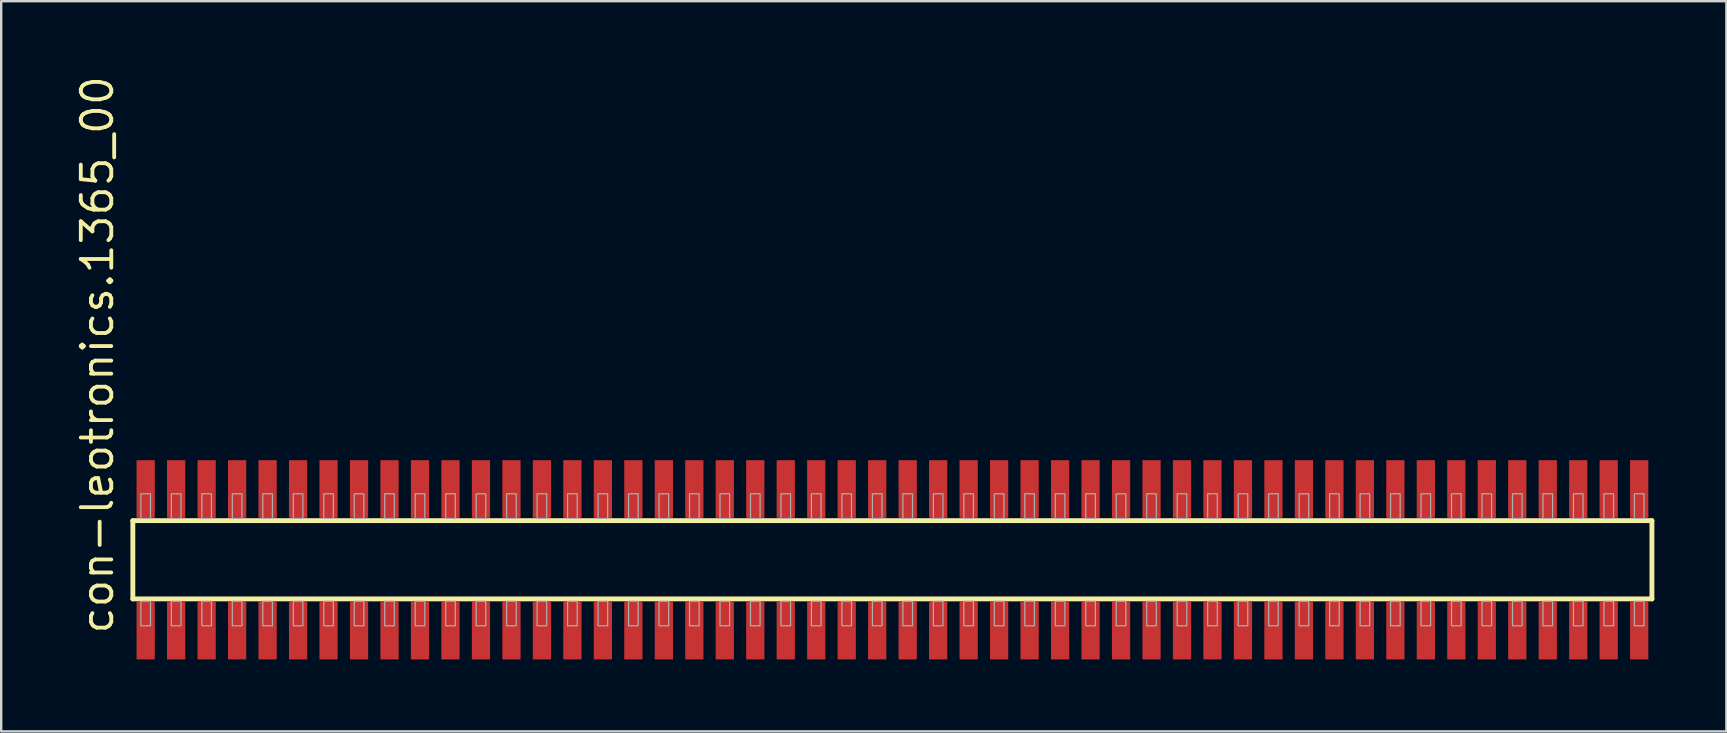
<source format=kicad_pcb>
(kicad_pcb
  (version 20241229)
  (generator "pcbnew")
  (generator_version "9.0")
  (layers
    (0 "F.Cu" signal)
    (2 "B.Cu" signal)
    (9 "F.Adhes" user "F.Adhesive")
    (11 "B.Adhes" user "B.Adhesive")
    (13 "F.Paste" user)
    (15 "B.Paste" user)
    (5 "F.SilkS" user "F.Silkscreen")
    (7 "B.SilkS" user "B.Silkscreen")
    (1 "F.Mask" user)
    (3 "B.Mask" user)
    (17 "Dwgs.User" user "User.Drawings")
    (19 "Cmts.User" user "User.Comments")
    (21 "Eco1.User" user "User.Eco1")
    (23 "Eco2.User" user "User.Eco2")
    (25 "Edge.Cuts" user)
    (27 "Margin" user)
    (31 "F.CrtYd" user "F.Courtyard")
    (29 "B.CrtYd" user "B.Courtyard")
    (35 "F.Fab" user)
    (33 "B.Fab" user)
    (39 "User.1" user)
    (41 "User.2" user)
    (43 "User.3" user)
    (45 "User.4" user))
  (footprint "con-leotronics.1365_00"
    (layer "F.Cu")
    (at 34.135 20.274)
    (property "Reference" "con-leotronics.1365_00" (at -32.385 3.175 90) (layer "F.SilkS") (effects (font (size 1.27 1.27) (thickness 0.16)) (justify left bottom)))
    (attr smd)
    (fp_line (start -31.65 -1.63) (end 31.645 -1.63) (stroke (width 0.203) (type default)) (layer "F.SilkS"))
    (fp_line (start -31.65 1.63) (end -31.65 -1.63) (stroke (width 0.203) (type default)) (layer "F.SilkS"))
    (fp_line (start 31.645 -1.63) (end 31.645 1.63) (stroke (width 0.203) (type default)) (layer "F.SilkS"))
    (fp_line (start 31.645 1.63) (end -31.65 1.63) (stroke (width 0.203) (type default)) (layer "F.SilkS"))
    (fp_rect (start -31.315 -1.725) (end -30.915 -2.75) (stroke (width 0.05) (type default)) (fill no) (layer "F.Fab"))
    (fp_rect (start -31.315 2.75) (end -30.915 1.725) (stroke (width 0.05) (type default)) (fill no) (layer "F.Fab"))
    (fp_rect (start -30.045 -1.725) (end -29.645 -2.75) (stroke (width 0.05) (type default)) (fill no) (layer "F.Fab"))
    (fp_rect (start -30.045 2.75) (end -29.645 1.725) (stroke (width 0.05) (type default)) (fill no) (layer "F.Fab"))
    (fp_rect (start -28.775 -1.725) (end -28.375 -2.75) (stroke (width 0.05) (type default)) (fill no) (layer "F.Fab"))
    (fp_rect (start -28.775 2.75) (end -28.375 1.725) (stroke (width 0.05) (type default)) (fill no) (layer "F.Fab"))
    (fp_rect (start -27.505 -1.725) (end -27.105 -2.75) (stroke (width 0.05) (type default)) (fill no) (layer "F.Fab"))
    (fp_rect (start -27.505 2.75) (end -27.105 1.725) (stroke (width 0.05) (type default)) (fill no) (layer "F.Fab"))
    (fp_rect (start -26.235 -1.725) (end -25.835 -2.75) (stroke (width 0.05) (type default)) (fill no) (layer "F.Fab"))
    (fp_rect (start -26.235 2.75) (end -25.835 1.725) (stroke (width 0.05) (type default)) (fill no) (layer "F.Fab"))
    (fp_rect (start -24.965 -1.725) (end -24.565 -2.75) (stroke (width 0.05) (type default)) (fill no) (layer "F.Fab"))
    (fp_rect (start -24.965 2.75) (end -24.565 1.725) (stroke (width 0.05) (type default)) (fill no) (layer "F.Fab"))
    (fp_rect (start -23.695 -1.725) (end -23.295 -2.75) (stroke (width 0.05) (type default)) (fill no) (layer "F.Fab"))
    (fp_rect (start -23.695 2.75) (end -23.295 1.725) (stroke (width 0.05) (type default)) (fill no) (layer "F.Fab"))
    (fp_rect (start -22.425 -1.725) (end -22.025 -2.75) (stroke (width 0.05) (type default)) (fill no) (layer "F.Fab"))
    (fp_rect (start -22.425 2.75) (end -22.025 1.725) (stroke (width 0.05) (type default)) (fill no) (layer "F.Fab"))
    (fp_rect (start -21.155 -1.725) (end -20.755 -2.75) (stroke (width 0.05) (type default)) (fill no) (layer "F.Fab"))
    (fp_rect (start -21.155 2.75) (end -20.755 1.725) (stroke (width 0.05) (type default)) (fill no) (layer "F.Fab"))
    (fp_rect (start -19.885 -1.725) (end -19.485 -2.75) (stroke (width 0.05) (type default)) (fill no) (layer "F.Fab"))
    (fp_rect (start -19.885 2.75) (end -19.485 1.725) (stroke (width 0.05) (type default)) (fill no) (layer "F.Fab"))
    (fp_rect (start -18.615 -1.725) (end -18.215 -2.75) (stroke (width 0.05) (type default)) (fill no) (layer "F.Fab"))
    (fp_rect (start -18.615 2.75) (end -18.215 1.725) (stroke (width 0.05) (type default)) (fill no) (layer "F.Fab"))
    (fp_rect (start -17.345 -1.725) (end -16.945 -2.75) (stroke (width 0.05) (type default)) (fill no) (layer "F.Fab"))
    (fp_rect (start -17.345 2.75) (end -16.945 1.725) (stroke (width 0.05) (type default)) (fill no) (layer "F.Fab"))
    (fp_rect (start -16.075 -1.725) (end -15.675 -2.75) (stroke (width 0.05) (type default)) (fill no) (layer "F.Fab"))
    (fp_rect (start -16.075 2.75) (end -15.675 1.725) (stroke (width 0.05) (type default)) (fill no) (layer "F.Fab"))
    (fp_rect (start -14.805 -1.725) (end -14.405 -2.75) (stroke (width 0.05) (type default)) (fill no) (layer "F.Fab"))
    (fp_rect (start -14.805 2.75) (end -14.405 1.725) (stroke (width 0.05) (type default)) (fill no) (layer "F.Fab"))
    (fp_rect (start -13.535 -1.725) (end -13.135 -2.75) (stroke (width 0.05) (type default)) (fill no) (layer "F.Fab"))
    (fp_rect (start -13.535 2.75) (end -13.135 1.725) (stroke (width 0.05) (type default)) (fill no) (layer "F.Fab"))
    (fp_rect (start -12.265 -1.725) (end -11.865 -2.75) (stroke (width 0.05) (type default)) (fill no) (layer "F.Fab"))
    (fp_rect (start -12.265 2.75) (end -11.865 1.725) (stroke (width 0.05) (type default)) (fill no) (layer "F.Fab"))
    (fp_rect (start -10.995 -1.725) (end -10.595 -2.75) (stroke (width 0.05) (type default)) (fill no) (layer "F.Fab"))
    (fp_rect (start -10.995 2.75) (end -10.595 1.725) (stroke (width 0.05) (type default)) (fill no) (layer "F.Fab"))
    (fp_rect (start -9.725 -1.725) (end -9.325 -2.75) (stroke (width 0.05) (type default)) (fill no) (layer "F.Fab"))
    (fp_rect (start -9.725 2.75) (end -9.325 1.725) (stroke (width 0.05) (type default)) (fill no) (layer "F.Fab"))
    (fp_rect (start -8.455 -1.725) (end -8.055 -2.75) (stroke (width 0.05) (type default)) (fill no) (layer "F.Fab"))
    (fp_rect (start -8.455 2.75) (end -8.055 1.725) (stroke (width 0.05) (type default)) (fill no) (layer "F.Fab"))
    (fp_rect (start -7.185 -1.725) (end -6.785 -2.75) (stroke (width 0.05) (type default)) (fill no) (layer "F.Fab"))
    (fp_rect (start -7.185 2.75) (end -6.785 1.725) (stroke (width 0.05) (type default)) (fill no) (layer "F.Fab"))
    (fp_rect (start -5.915 -1.725) (end -5.515 -2.75) (stroke (width 0.05) (type default)) (fill no) (layer "F.Fab"))
    (fp_rect (start -5.915 2.75) (end -5.515 1.725) (stroke (width 0.05) (type default)) (fill no) (layer "F.Fab"))
    (fp_rect (start -4.645 -1.725) (end -4.245 -2.75) (stroke (width 0.05) (type default)) (fill no) (layer "F.Fab"))
    (fp_rect (start -4.645 2.75) (end -4.245 1.725) (stroke (width 0.05) (type default)) (fill no) (layer "F.Fab"))
    (fp_rect (start -3.375 -1.725) (end -2.975 -2.75) (stroke (width 0.05) (type default)) (fill no) (layer "F.Fab"))
    (fp_rect (start -3.375 2.75) (end -2.975 1.725) (stroke (width 0.05) (type default)) (fill no) (layer "F.Fab"))
    (fp_rect (start -2.105 -1.725) (end -1.705 -2.75) (stroke (width 0.05) (type default)) (fill no) (layer "F.Fab"))
    (fp_rect (start -2.105 2.75) (end -1.705 1.725) (stroke (width 0.05) (type default)) (fill no) (layer "F.Fab"))
    (fp_rect (start -0.835 -1.725) (end -0.435 -2.75) (stroke (width 0.05) (type default)) (fill no) (layer "F.Fab"))
    (fp_rect (start -0.835 2.75) (end -0.435 1.725) (stroke (width 0.05) (type default)) (fill no) (layer "F.Fab"))
    (fp_rect (start 0.435 -1.725) (end 0.835 -2.75) (stroke (width 0.05) (type default)) (fill no) (layer "F.Fab"))
    (fp_rect (start 0.435 2.75) (end 0.835 1.725) (stroke (width 0.05) (type default)) (fill no) (layer "F.Fab"))
    (fp_rect (start 1.705 -1.725) (end 2.105 -2.75) (stroke (width 0.05) (type default)) (fill no) (layer "F.Fab"))
    (fp_rect (start 1.705 2.75) (end 2.105 1.725) (stroke (width 0.05) (type default)) (fill no) (layer "F.Fab"))
    (fp_rect (start 2.975 -1.725) (end 3.375 -2.75) (stroke (width 0.05) (type default)) (fill no) (layer "F.Fab"))
    (fp_rect (start 2.975 2.75) (end 3.375 1.725) (stroke (width 0.05) (type default)) (fill no) (layer "F.Fab"))
    (fp_rect (start 4.245 -1.725) (end 4.645 -2.75) (stroke (width 0.05) (type default)) (fill no) (layer "F.Fab"))
    (fp_rect (start 4.245 2.75) (end 4.645 1.725) (stroke (width 0.05) (type default)) (fill no) (layer "F.Fab"))
    (fp_rect (start 5.515 -1.725) (end 5.915 -2.75) (stroke (width 0.05) (type default)) (fill no) (layer "F.Fab"))
    (fp_rect (start 5.515 2.75) (end 5.915 1.725) (stroke (width 0.05) (type default)) (fill no) (layer "F.Fab"))
    (fp_rect (start 6.785 -1.725) (end 7.185 -2.75) (stroke (width 0.05) (type default)) (fill no) (layer "F.Fab"))
    (fp_rect (start 6.785 2.75) (end 7.185 1.725) (stroke (width 0.05) (type default)) (fill no) (layer "F.Fab"))
    (fp_rect (start 8.055 -1.725) (end 8.455 -2.75) (stroke (width 0.05) (type default)) (fill no) (layer "F.Fab"))
    (fp_rect (start 8.055 2.75) (end 8.455 1.725) (stroke (width 0.05) (type default)) (fill no) (layer "F.Fab"))
    (fp_rect (start 9.325 -1.725) (end 9.725 -2.75) (stroke (width 0.05) (type default)) (fill no) (layer "F.Fab"))
    (fp_rect (start 9.325 2.75) (end 9.725 1.725) (stroke (width 0.05) (type default)) (fill no) (layer "F.Fab"))
    (fp_rect (start 10.595 -1.725) (end 10.995 -2.75) (stroke (width 0.05) (type default)) (fill no) (layer "F.Fab"))
    (fp_rect (start 10.595 2.75) (end 10.995 1.725) (stroke (width 0.05) (type default)) (fill no) (layer "F.Fab"))
    (fp_rect (start 11.865 -1.725) (end 12.265 -2.75) (stroke (width 0.05) (type default)) (fill no) (layer "F.Fab"))
    (fp_rect (start 11.865 2.75) (end 12.265 1.725) (stroke (width 0.05) (type default)) (fill no) (layer "F.Fab"))
    (fp_rect (start 13.135 -1.725) (end 13.535 -2.75) (stroke (width 0.05) (type default)) (fill no) (layer "F.Fab"))
    (fp_rect (start 13.135 2.75) (end 13.535 1.725) (stroke (width 0.05) (type default)) (fill no) (layer "F.Fab"))
    (fp_rect (start 14.405 -1.725) (end 14.805 -2.75) (stroke (width 0.05) (type default)) (fill no) (layer "F.Fab"))
    (fp_rect (start 14.405 2.75) (end 14.805 1.725) (stroke (width 0.05) (type default)) (fill no) (layer "F.Fab"))
    (fp_rect (start 15.675 -1.725) (end 16.075 -2.75) (stroke (width 0.05) (type default)) (fill no) (layer "F.Fab"))
    (fp_rect (start 15.675 2.75) (end 16.075 1.725) (stroke (width 0.05) (type default)) (fill no) (layer "F.Fab"))
    (fp_rect (start 16.945 -1.725) (end 17.345 -2.75) (stroke (width 0.05) (type default)) (fill no) (layer "F.Fab"))
    (fp_rect (start 16.945 2.75) (end 17.345 1.725) (stroke (width 0.05) (type default)) (fill no) (layer "F.Fab"))
    (fp_rect (start 18.215 -1.725) (end 18.615 -2.75) (stroke (width 0.05) (type default)) (fill no) (layer "F.Fab"))
    (fp_rect (start 18.215 2.75) (end 18.615 1.725) (stroke (width 0.05) (type default)) (fill no) (layer "F.Fab"))
    (fp_rect (start 19.485 -1.725) (end 19.885 -2.75) (stroke (width 0.05) (type default)) (fill no) (layer "F.Fab"))
    (fp_rect (start 19.485 2.75) (end 19.885 1.725) (stroke (width 0.05) (type default)) (fill no) (layer "F.Fab"))
    (fp_rect (start 20.755 -1.725) (end 21.155 -2.75) (stroke (width 0.05) (type default)) (fill no) (layer "F.Fab"))
    (fp_rect (start 20.755 2.75) (end 21.155 1.725) (stroke (width 0.05) (type default)) (fill no) (layer "F.Fab"))
    (fp_rect (start 22.025 -1.725) (end 22.425 -2.75) (stroke (width 0.05) (type default)) (fill no) (layer "F.Fab"))
    (fp_rect (start 22.025 2.75) (end 22.425 1.725) (stroke (width 0.05) (type default)) (fill no) (layer "F.Fab"))
    (fp_rect (start 23.295 -1.725) (end 23.695 -2.75) (stroke (width 0.05) (type default)) (fill no) (layer "F.Fab"))
    (fp_rect (start 23.295 2.75) (end 23.695 1.725) (stroke (width 0.05) (type default)) (fill no) (layer "F.Fab"))
    (fp_rect (start 24.565 -1.725) (end 24.965 -2.75) (stroke (width 0.05) (type default)) (fill no) (layer "F.Fab"))
    (fp_rect (start 24.565 2.75) (end 24.965 1.725) (stroke (width 0.05) (type default)) (fill no) (layer "F.Fab"))
    (fp_rect (start 25.835 -1.725) (end 26.235 -2.75) (stroke (width 0.05) (type default)) (fill no) (layer "F.Fab"))
    (fp_rect (start 25.835 2.75) (end 26.235 1.725) (stroke (width 0.05) (type default)) (fill no) (layer "F.Fab"))
    (fp_rect (start 27.105 -1.725) (end 27.505 -2.75) (stroke (width 0.05) (type default)) (fill no) (layer "F.Fab"))
    (fp_rect (start 27.105 2.75) (end 27.505 1.725) (stroke (width 0.05) (type default)) (fill no) (layer "F.Fab"))
    (fp_rect (start 28.375 -1.725) (end 28.775 -2.75) (stroke (width 0.05) (type default)) (fill no) (layer "F.Fab"))
    (fp_rect (start 28.375 2.75) (end 28.775 1.725) (stroke (width 0.05) (type default)) (fill no) (layer "F.Fab"))
    (fp_rect (start 29.645 -1.725) (end 30.045 -2.75) (stroke (width 0.05) (type default)) (fill no) (layer "F.Fab"))
    (fp_rect (start 29.645 2.75) (end 30.045 1.725) (stroke (width 0.05) (type default)) (fill no) (layer "F.Fab"))
    (fp_rect (start 30.915 -1.725) (end 31.315 -2.75) (stroke (width 0.05) (type default)) (fill no) (layer "F.Fab"))
    (fp_rect (start 30.915 2.75) (end 31.315 1.725) (stroke (width 0.05) (type default)) (fill no) (layer "F.Fab"))
    (pad "1" smd roundrect (at -31.115 2.95) (size 0.76 2.4) (layers "F.Cu" "F.Mask" "F.Paste") (roundrect_rratio 0.01))
    (pad "2" smd roundrect (at -31.115 -2.95) (size 0.76 2.4) (layers "F.Cu" "F.Mask" "F.Paste") (roundrect_rratio 0.01))
    (pad "3" smd roundrect (at -29.845 2.95) (size 0.76 2.4) (layers "F.Cu" "F.Mask" "F.Paste") (roundrect_rratio 0.01))
    (pad "4" smd roundrect (at -29.845 -2.95) (size 0.76 2.4) (layers "F.Cu" "F.Mask" "F.Paste") (roundrect_rratio 0.01))
    (pad "5" smd roundrect (at -28.575 2.95) (size 0.76 2.4) (layers "F.Cu" "F.Mask" "F.Paste") (roundrect_rratio 0.01))
    (pad "6" smd roundrect (at -28.575 -2.95) (size 0.76 2.4) (layers "F.Cu" "F.Mask" "F.Paste") (roundrect_rratio 0.01))
    (pad "7" smd roundrect (at -27.305 2.95) (size 0.76 2.4) (layers "F.Cu" "F.Mask" "F.Paste") (roundrect_rratio 0.01))
    (pad "8" smd roundrect (at -27.305 -2.95) (size 0.76 2.4) (layers "F.Cu" "F.Mask" "F.Paste") (roundrect_rratio 0.01))
    (pad "9" smd roundrect (at -26.035 2.95) (size 0.76 2.4) (layers "F.Cu" "F.Mask" "F.Paste") (roundrect_rratio 0.01))
    (pad "10" smd roundrect (at -26.035 -2.95) (size 0.76 2.4) (layers "F.Cu" "F.Mask" "F.Paste") (roundrect_rratio 0.01))
    (pad "11" smd roundrect (at -24.765 2.95) (size 0.76 2.4) (layers "F.Cu" "F.Mask" "F.Paste") (roundrect_rratio 0.01))
    (pad "12" smd roundrect (at -24.765 -2.95) (size 0.76 2.4) (layers "F.Cu" "F.Mask" "F.Paste") (roundrect_rratio 0.01))
    (pad "13" smd roundrect (at -23.495 2.95) (size 0.76 2.4) (layers "F.Cu" "F.Mask" "F.Paste") (roundrect_rratio 0.01))
    (pad "14" smd roundrect (at -23.495 -2.95) (size 0.76 2.4) (layers "F.Cu" "F.Mask" "F.Paste") (roundrect_rratio 0.01))
    (pad "15" smd roundrect (at -22.225 2.95) (size 0.76 2.4) (layers "F.Cu" "F.Mask" "F.Paste") (roundrect_rratio 0.01))
    (pad "16" smd roundrect (at -22.225 -2.95) (size 0.76 2.4) (layers "F.Cu" "F.Mask" "F.Paste") (roundrect_rratio 0.01))
    (pad "17" smd roundrect (at -20.955 2.95) (size 0.76 2.4) (layers "F.Cu" "F.Mask" "F.Paste") (roundrect_rratio 0.01))
    (pad "18" smd roundrect (at -20.955 -2.95) (size 0.76 2.4) (layers "F.Cu" "F.Mask" "F.Paste") (roundrect_rratio 0.01))
    (pad "19" smd roundrect (at -19.685 2.95) (size 0.76 2.4) (layers "F.Cu" "F.Mask" "F.Paste") (roundrect_rratio 0.01))
    (pad "20" smd roundrect (at -19.685 -2.95) (size 0.76 2.4) (layers "F.Cu" "F.Mask" "F.Paste") (roundrect_rratio 0.01))
    (pad "21" smd roundrect (at -18.415 2.95) (size 0.76 2.4) (layers "F.Cu" "F.Mask" "F.Paste") (roundrect_rratio 0.01))
    (pad "22" smd roundrect (at -18.415 -2.95) (size 0.76 2.4) (layers "F.Cu" "F.Mask" "F.Paste") (roundrect_rratio 0.01))
    (pad "23" smd roundrect (at -17.145 2.95) (size 0.76 2.4) (layers "F.Cu" "F.Mask" "F.Paste") (roundrect_rratio 0.01))
    (pad "24" smd roundrect (at -17.145 -2.95) (size 0.76 2.4) (layers "F.Cu" "F.Mask" "F.Paste") (roundrect_rratio 0.01))
    (pad "25" smd roundrect (at -15.875 2.95) (size 0.76 2.4) (layers "F.Cu" "F.Mask" "F.Paste") (roundrect_rratio 0.01))
    (pad "26" smd roundrect (at -15.875 -2.95) (size 0.76 2.4) (layers "F.Cu" "F.Mask" "F.Paste") (roundrect_rratio 0.01))
    (pad "27" smd roundrect (at -14.605 2.95) (size 0.76 2.4) (layers "F.Cu" "F.Mask" "F.Paste") (roundrect_rratio 0.01))
    (pad "28" smd roundrect (at -14.605 -2.95) (size 0.76 2.4) (layers "F.Cu" "F.Mask" "F.Paste") (roundrect_rratio 0.01))
    (pad "29" smd roundrect (at -13.335 2.95) (size 0.76 2.4) (layers "F.Cu" "F.Mask" "F.Paste") (roundrect_rratio 0.01))
    (pad "30" smd roundrect (at -13.335 -2.95) (size 0.76 2.4) (layers "F.Cu" "F.Mask" "F.Paste") (roundrect_rratio 0.01))
    (pad "31" smd roundrect (at -12.065 2.95) (size 0.76 2.4) (layers "F.Cu" "F.Mask" "F.Paste") (roundrect_rratio 0.01))
    (pad "32" smd roundrect (at -12.065 -2.95) (size 0.76 2.4) (layers "F.Cu" "F.Mask" "F.Paste") (roundrect_rratio 0.01))
    (pad "33" smd roundrect (at -10.795 2.95) (size 0.76 2.4) (layers "F.Cu" "F.Mask" "F.Paste") (roundrect_rratio 0.01))
    (pad "34" smd roundrect (at -10.795 -2.95) (size 0.76 2.4) (layers "F.Cu" "F.Mask" "F.Paste") (roundrect_rratio 0.01))
    (pad "35" smd roundrect (at -9.525 2.95) (size 0.76 2.4) (layers "F.Cu" "F.Mask" "F.Paste") (roundrect_rratio 0.01))
    (pad "36" smd roundrect (at -9.525 -2.95) (size 0.76 2.4) (layers "F.Cu" "F.Mask" "F.Paste") (roundrect_rratio 0.01))
    (pad "37" smd roundrect (at -8.255 2.95) (size 0.76 2.4) (layers "F.Cu" "F.Mask" "F.Paste") (roundrect_rratio 0.01))
    (pad "38" smd roundrect (at -8.255 -2.95) (size 0.76 2.4) (layers "F.Cu" "F.Mask" "F.Paste") (roundrect_rratio 0.01))
    (pad "39" smd roundrect (at -6.985 2.95) (size 0.76 2.4) (layers "F.Cu" "F.Mask" "F.Paste") (roundrect_rratio 0.01))
    (pad "40" smd roundrect (at -6.985 -2.95) (size 0.76 2.4) (layers "F.Cu" "F.Mask" "F.Paste") (roundrect_rratio 0.01))
    (pad "41" smd roundrect (at -5.715 2.95) (size 0.76 2.4) (layers "F.Cu" "F.Mask" "F.Paste") (roundrect_rratio 0.01))
    (pad "42" smd roundrect (at -5.715 -2.95) (size 0.76 2.4) (layers "F.Cu" "F.Mask" "F.Paste") (roundrect_rratio 0.01))
    (pad "43" smd roundrect (at -4.445 2.95) (size 0.76 2.4) (layers "F.Cu" "F.Mask" "F.Paste") (roundrect_rratio 0.01))
    (pad "44" smd roundrect (at -4.445 -2.95) (size 0.76 2.4) (layers "F.Cu" "F.Mask" "F.Paste") (roundrect_rratio 0.01))
    (pad "45" smd roundrect (at -3.175 2.95) (size 0.76 2.4) (layers "F.Cu" "F.Mask" "F.Paste") (roundrect_rratio 0.01))
    (pad "46" smd roundrect (at -3.175 -2.95) (size 0.76 2.4) (layers "F.Cu" "F.Mask" "F.Paste") (roundrect_rratio 0.01))
    (pad "47" smd roundrect (at -1.905 2.95) (size 0.76 2.4) (layers "F.Cu" "F.Mask" "F.Paste") (roundrect_rratio 0.01))
    (pad "48" smd roundrect (at -1.905 -2.95) (size 0.76 2.4) (layers "F.Cu" "F.Mask" "F.Paste") (roundrect_rratio 0.01))
    (pad "49" smd roundrect (at -0.635 2.95) (size 0.76 2.4) (layers "F.Cu" "F.Mask" "F.Paste") (roundrect_rratio 0.01))
    (pad "50" smd roundrect (at -0.635 -2.95) (size 0.76 2.4) (layers "F.Cu" "F.Mask" "F.Paste") (roundrect_rratio 0.01))
    (pad "51" smd roundrect (at 0.635 2.95) (size 0.76 2.4) (layers "F.Cu" "F.Mask" "F.Paste") (roundrect_rratio 0.01))
    (pad "52" smd roundrect (at 0.635 -2.95) (size 0.76 2.4) (layers "F.Cu" "F.Mask" "F.Paste") (roundrect_rratio 0.01))
    (pad "53" smd roundrect (at 1.905 2.95) (size 0.76 2.4) (layers "F.Cu" "F.Mask" "F.Paste") (roundrect_rratio 0.01))
    (pad "54" smd roundrect (at 1.905 -2.95) (size 0.76 2.4) (layers "F.Cu" "F.Mask" "F.Paste") (roundrect_rratio 0.01))
    (pad "55" smd roundrect (at 3.175 2.95) (size 0.76 2.4) (layers "F.Cu" "F.Mask" "F.Paste") (roundrect_rratio 0.01))
    (pad "56" smd roundrect (at 3.175 -2.95) (size 0.76 2.4) (layers "F.Cu" "F.Mask" "F.Paste") (roundrect_rratio 0.01))
    (pad "57" smd roundrect (at 4.445 2.95) (size 0.76 2.4) (layers "F.Cu" "F.Mask" "F.Paste") (roundrect_rratio 0.01))
    (pad "58" smd roundrect (at 4.445 -2.95) (size 0.76 2.4) (layers "F.Cu" "F.Mask" "F.Paste") (roundrect_rratio 0.01))
    (pad "59" smd roundrect (at 5.715 2.95) (size 0.76 2.4) (layers "F.Cu" "F.Mask" "F.Paste") (roundrect_rratio 0.01))
    (pad "60" smd roundrect (at 5.715 -2.95) (size 0.76 2.4) (layers "F.Cu" "F.Mask" "F.Paste") (roundrect_rratio 0.01))
    (pad "61" smd roundrect (at 6.985 2.95) (size 0.76 2.4) (layers "F.Cu" "F.Mask" "F.Paste") (roundrect_rratio 0.01))
    (pad "62" smd roundrect (at 6.985 -2.95) (size 0.76 2.4) (layers "F.Cu" "F.Mask" "F.Paste") (roundrect_rratio 0.01))
    (pad "63" smd roundrect (at 8.255 2.95) (size 0.76 2.4) (layers "F.Cu" "F.Mask" "F.Paste") (roundrect_rratio 0.01))
    (pad "64" smd roundrect (at 8.255 -2.95) (size 0.76 2.4) (layers "F.Cu" "F.Mask" "F.Paste") (roundrect_rratio 0.01))
    (pad "65" smd roundrect (at 9.525 2.95) (size 0.76 2.4) (layers "F.Cu" "F.Mask" "F.Paste") (roundrect_rratio 0.01))
    (pad "66" smd roundrect (at 9.525 -2.95) (size 0.76 2.4) (layers "F.Cu" "F.Mask" "F.Paste") (roundrect_rratio 0.01))
    (pad "67" smd roundrect (at 10.795 2.95) (size 0.76 2.4) (layers "F.Cu" "F.Mask" "F.Paste") (roundrect_rratio 0.01))
    (pad "68" smd roundrect (at 10.795 -2.95) (size 0.76 2.4) (layers "F.Cu" "F.Mask" "F.Paste") (roundrect_rratio 0.01))
    (pad "69" smd roundrect (at 12.065 2.95) (size 0.76 2.4) (layers "F.Cu" "F.Mask" "F.Paste") (roundrect_rratio 0.01))
    (pad "70" smd roundrect (at 12.065 -2.95) (size 0.76 2.4) (layers "F.Cu" "F.Mask" "F.Paste") (roundrect_rratio 0.01))
    (pad "71" smd roundrect (at 13.335 2.95) (size 0.76 2.4) (layers "F.Cu" "F.Mask" "F.Paste") (roundrect_rratio 0.01))
    (pad "72" smd roundrect (at 13.335 -2.95) (size 0.76 2.4) (layers "F.Cu" "F.Mask" "F.Paste") (roundrect_rratio 0.01))
    (pad "73" smd roundrect (at 14.605 2.95) (size 0.76 2.4) (layers "F.Cu" "F.Mask" "F.Paste") (roundrect_rratio 0.01))
    (pad "74" smd roundrect (at 14.605 -2.95) (size 0.76 2.4) (layers "F.Cu" "F.Mask" "F.Paste") (roundrect_rratio 0.01))
    (pad "75" smd roundrect (at 15.875 2.95) (size 0.76 2.4) (layers "F.Cu" "F.Mask" "F.Paste") (roundrect_rratio 0.01))
    (pad "76" smd roundrect (at 15.875 -2.95) (size 0.76 2.4) (layers "F.Cu" "F.Mask" "F.Paste") (roundrect_rratio 0.01))
    (pad "77" smd roundrect (at 17.145 2.95) (size 0.76 2.4) (layers "F.Cu" "F.Mask" "F.Paste") (roundrect_rratio 0.01))
    (pad "78" smd roundrect (at 17.145 -2.95) (size 0.76 2.4) (layers "F.Cu" "F.Mask" "F.Paste") (roundrect_rratio 0.01))
    (pad "79" smd roundrect (at 18.415 2.95) (size 0.76 2.4) (layers "F.Cu" "F.Mask" "F.Paste") (roundrect_rratio 0.01))
    (pad "80" smd roundrect (at 18.415 -2.95) (size 0.76 2.4) (layers "F.Cu" "F.Mask" "F.Paste") (roundrect_rratio 0.01))
    (pad "81" smd roundrect (at 19.685 2.95) (size 0.76 2.4) (layers "F.Cu" "F.Mask" "F.Paste") (roundrect_rratio 0.01))
    (pad "82" smd roundrect (at 19.685 -2.95) (size 0.76 2.4) (layers "F.Cu" "F.Mask" "F.Paste") (roundrect_rratio 0.01))
    (pad "83" smd roundrect (at 20.955 2.95) (size 0.76 2.4) (layers "F.Cu" "F.Mask" "F.Paste") (roundrect_rratio 0.01))
    (pad "84" smd roundrect (at 20.955 -2.95) (size 0.76 2.4) (layers "F.Cu" "F.Mask" "F.Paste") (roundrect_rratio 0.01))
    (pad "85" smd roundrect (at 22.225 2.95) (size 0.76 2.4) (layers "F.Cu" "F.Mask" "F.Paste") (roundrect_rratio 0.01))
    (pad "86" smd roundrect (at 22.225 -2.95) (size 0.76 2.4) (layers "F.Cu" "F.Mask" "F.Paste") (roundrect_rratio 0.01))
    (pad "87" smd roundrect (at 23.495 2.95) (size 0.76 2.4) (layers "F.Cu" "F.Mask" "F.Paste") (roundrect_rratio 0.01))
    (pad "88" smd roundrect (at 23.495 -2.95) (size 0.76 2.4) (layers "F.Cu" "F.Mask" "F.Paste") (roundrect_rratio 0.01))
    (pad "89" smd roundrect (at 24.765 2.95) (size 0.76 2.4) (layers "F.Cu" "F.Mask" "F.Paste") (roundrect_rratio 0.01))
    (pad "90" smd roundrect (at 24.765 -2.95) (size 0.76 2.4) (layers "F.Cu" "F.Mask" "F.Paste") (roundrect_rratio 0.01))
    (pad "91" smd roundrect (at 26.035 2.95) (size 0.76 2.4) (layers "F.Cu" "F.Mask" "F.Paste") (roundrect_rratio 0.01))
    (pad "92" smd roundrect (at 26.035 -2.95) (size 0.76 2.4) (layers "F.Cu" "F.Mask" "F.Paste") (roundrect_rratio 0.01))
    (pad "93" smd roundrect (at 27.305 2.95) (size 0.76 2.4) (layers "F.Cu" "F.Mask" "F.Paste") (roundrect_rratio 0.01))
    (pad "94" smd roundrect (at 27.305 -2.95) (size 0.76 2.4) (layers "F.Cu" "F.Mask" "F.Paste") (roundrect_rratio 0.01))
    (pad "95" smd roundrect (at 28.575 2.95) (size 0.76 2.4) (layers "F.Cu" "F.Mask" "F.Paste") (roundrect_rratio 0.01))
    (pad "96" smd roundrect (at 28.575 -2.95) (size 0.76 2.4) (layers "F.Cu" "F.Mask" "F.Paste") (roundrect_rratio 0.01))
    (pad "97" smd roundrect (at 29.845 2.95) (size 0.76 2.4) (layers "F.Cu" "F.Mask" "F.Paste") (roundrect_rratio 0.01))
    (pad "98" smd roundrect (at 29.845 -2.95) (size 0.76 2.4) (layers "F.Cu" "F.Mask" "F.Paste") (roundrect_rratio 0.01))
    (pad "99" smd roundrect (at 31.115 2.95) (size 0.76 2.4) (layers "F.Cu" "F.Mask" "F.Paste") (roundrect_rratio 0.01))
    (pad "100" smd roundrect (at 31.115 -2.95) (size 0.76 2.4) (layers "F.Cu" "F.Mask" "F.Paste") (roundrect_rratio 0.01)))
  (gr_rect
    (start -3 -3)
    (end 68.882 27.424)
    (stroke (width 0.1) (type default))
    (fill no)
    (layer "Edge.Cuts")))
</source>
